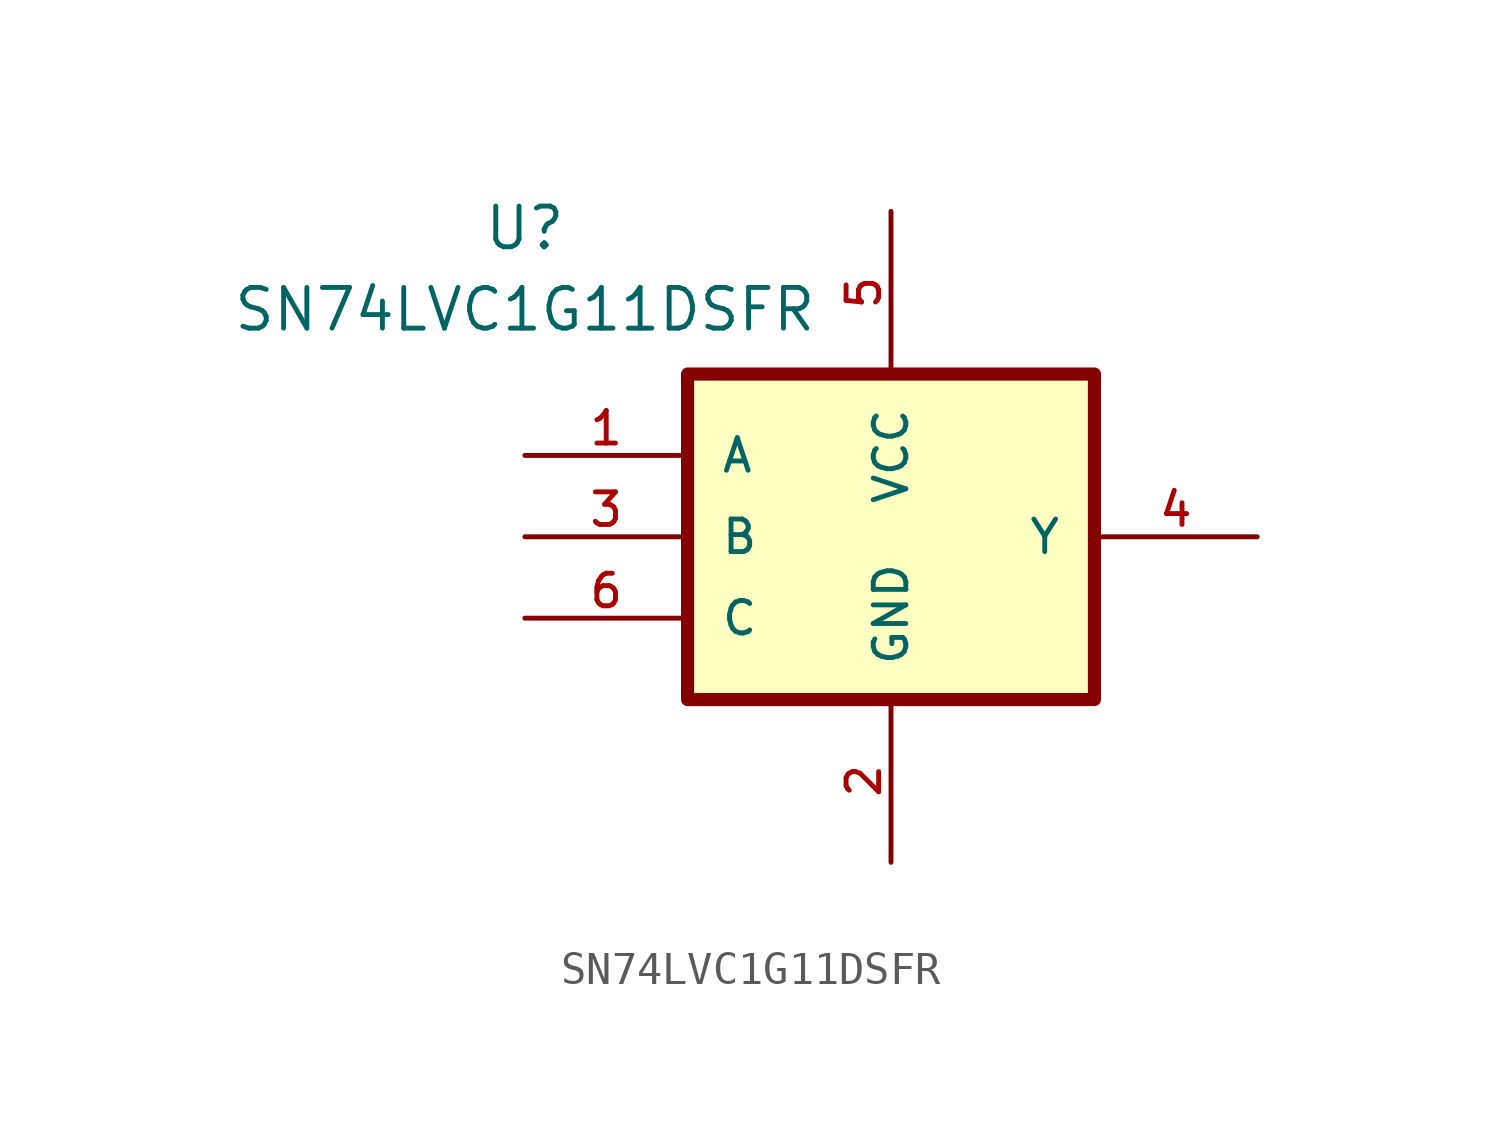
<source format=kicad_sym>
(kicad_symbol_lib
  (version 20241209)
  (generator "kicad_symbol_editor")
  (generator_version "9.0")
  (symbol "SN74LVC1G11DSFR"
    (pin_names
      (offset 1.016))
    (property "Reference" "U"
      (at 0 6.35 0)
      (effects (font (size 1.27 1.27)) (justify bottom)))
    (property "Value" "SN74LVC1G11DSFR"
      (at 0 3.81 0)
      (effects (font (size 1.27 1.27)) (justify bottom)))
    (symbol "SN74LVC1G11DSFR_0_0"
      (rectangle (start 5.08 2.54) (end 17.78 -7.62) (stroke (width 0.41) (type default)) (fill (type background)))
      (pin input line (at 0 0 0) (length 5.08) (name "A" (effects (font (size 1.016 1.016)))) (number "1" (effects (font (size 1.016 1.016)))))
      (pin input line (at 0 -2.54 0) (length 5.08) (name "B" (effects (font (size 1.016 1.016)))) (number "3" (effects (font (size 1.016 1.016)))))
      (pin input line (at 0 -5.08 0) (length 5.08) (name "C" (effects (font (size 1.016 1.016)))) (number "6" (effects (font (size 1.016 1.016)))))
      (pin power_in line (at 11.43 7.62 270) (length 5.08) (name "VCC" (effects (font (size 1.016 1.016)))) (number "5" (effects (font (size 1.016 1.016)))))
      (pin power_in line (at 11.43 -12.7 90) (length 5.08) (name "GND" (effects (font (size 1.016 1.016)))) (number "2" (effects (font (size 1.016 1.016))))))
    (symbol "SN74LVC1G11DSFR_1_0"
      (pin output line (at 22.86 -2.54 180) (length 5.08) (name "Y" (effects (font (size 1.016 1.016)))) (number "4" (effects (font (size 1.016 1.016))))))))
</source>
